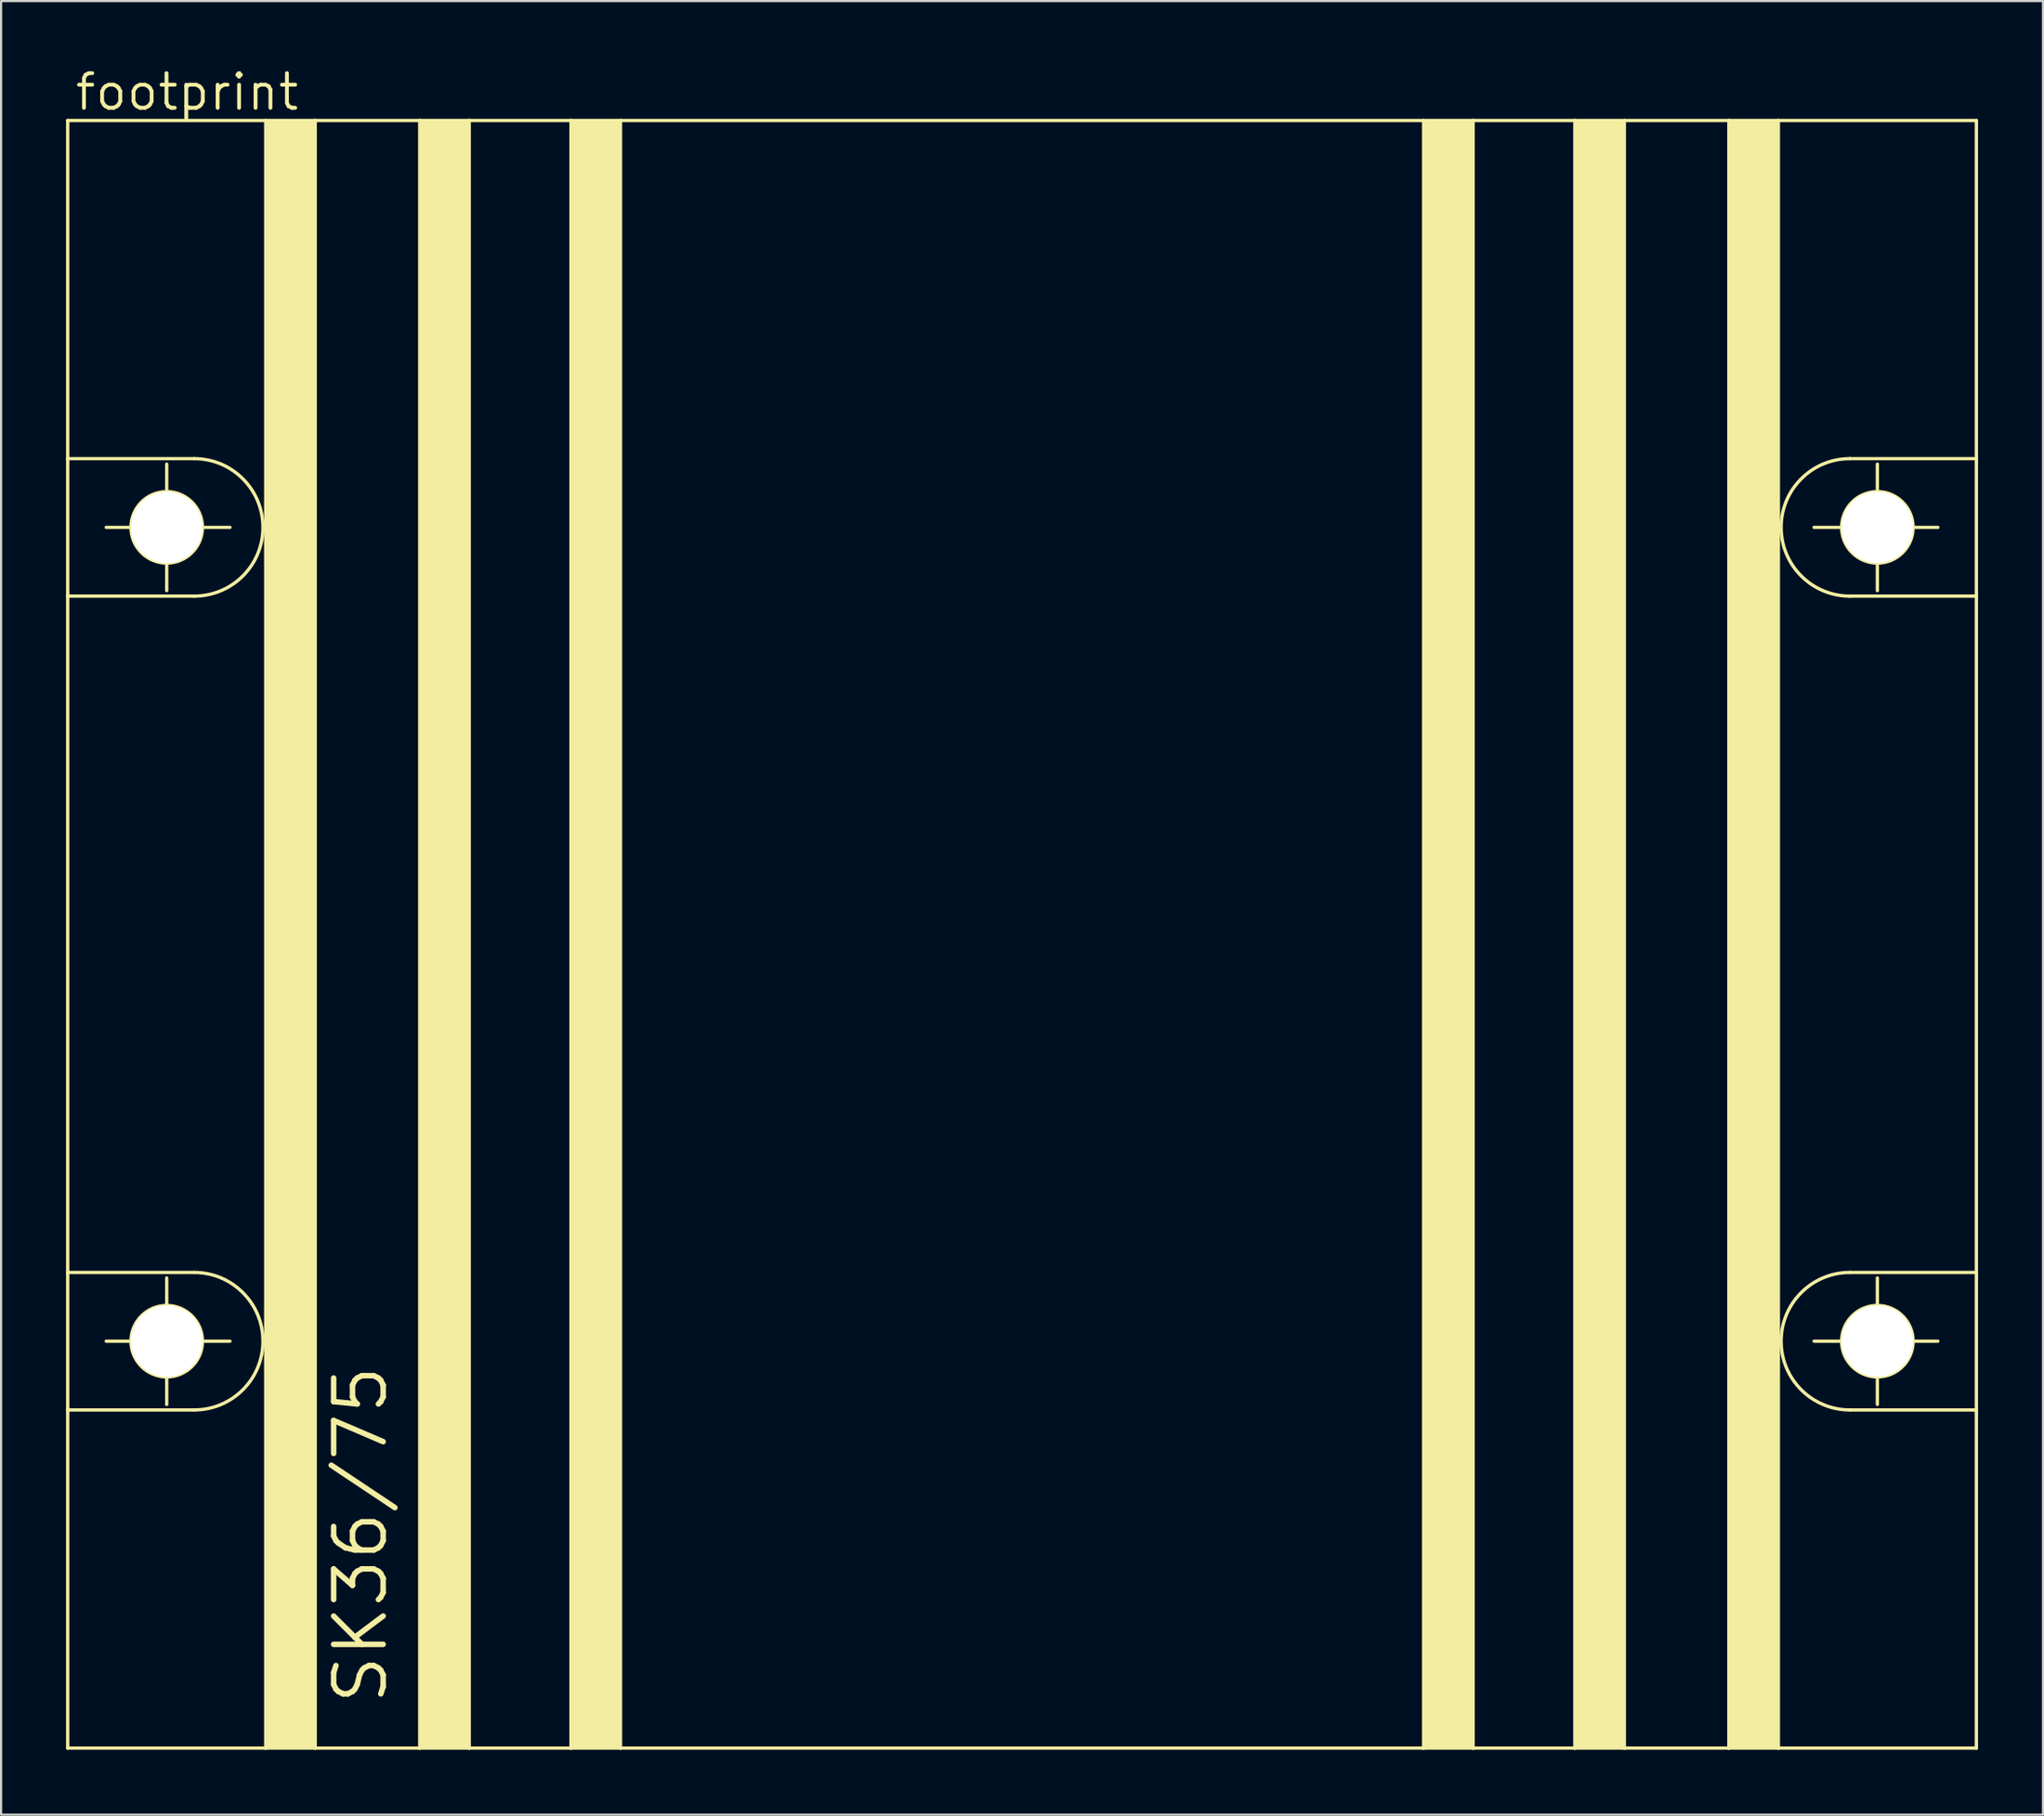
<source format=kicad_pcb>
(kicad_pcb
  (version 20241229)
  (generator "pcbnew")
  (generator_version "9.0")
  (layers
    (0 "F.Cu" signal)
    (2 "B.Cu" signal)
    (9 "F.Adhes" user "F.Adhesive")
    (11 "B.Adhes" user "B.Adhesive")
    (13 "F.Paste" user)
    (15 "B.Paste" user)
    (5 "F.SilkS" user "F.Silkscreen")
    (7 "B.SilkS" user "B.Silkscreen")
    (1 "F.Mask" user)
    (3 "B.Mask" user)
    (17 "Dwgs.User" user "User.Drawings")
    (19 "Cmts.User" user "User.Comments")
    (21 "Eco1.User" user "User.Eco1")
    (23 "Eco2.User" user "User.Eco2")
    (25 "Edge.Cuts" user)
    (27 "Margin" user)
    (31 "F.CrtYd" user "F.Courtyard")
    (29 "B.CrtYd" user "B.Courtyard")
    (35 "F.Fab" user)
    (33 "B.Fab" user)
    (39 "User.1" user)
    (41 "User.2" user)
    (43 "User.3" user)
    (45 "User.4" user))
  (footprint "footprint"
    (layer "F.Cu")
    (at 44.145 40.107)
    (property "Reference" "footprint" (at -43.815 -37.973 0) (layer "F.SilkS") (effects (font (size 1.6 1.6) (thickness 0.178)) (justify left bottom)))
    (fp_line (start -44.069 -37.592) (end -34.925 -37.592) (stroke (width 0.152) (type solid)) (layer "F.SilkS"))
    (fp_line (start -44.069 -21.971) (end -44.069 -37.592) (stroke (width 0.152) (type solid)) (layer "F.SilkS"))
    (fp_line (start -44.069 -21.971) (end -38.227 -21.971) (stroke (width 0.152) (type solid)) (layer "F.SilkS"))
    (fp_line (start -44.069 -15.621) (end -44.069 -21.971) (stroke (width 0.152) (type solid)) (layer "F.SilkS"))
    (fp_line (start -44.069 15.621) (end -44.069 -15.621) (stroke (width 0.152) (type solid)) (layer "F.SilkS"))
    (fp_line (start -44.069 15.621) (end -38.227 15.621) (stroke (width 0.152) (type solid)) (layer "F.SilkS"))
    (fp_line (start -44.069 21.971) (end -44.069 15.621) (stroke (width 0.152) (type solid)) (layer "F.SilkS"))
    (fp_line (start -44.069 37.592) (end -44.069 21.971) (stroke (width 0.152) (type solid)) (layer "F.SilkS"))
    (fp_line (start -42.291 -18.796) (end -36.576 -18.796) (stroke (width 0.152) (type solid)) (layer "F.SilkS"))
    (fp_line (start -42.291 18.796) (end -36.576 18.796) (stroke (width 0.152) (type solid)) (layer "F.SilkS"))
    (fp_line (start -39.497 -21.717) (end -39.497 -15.875) (stroke (width 0.152) (type solid)) (layer "F.SilkS"))
    (fp_line (start -39.497 15.875) (end -39.497 21.717) (stroke (width 0.152) (type solid)) (layer "F.SilkS"))
    (fp_line (start -38.227 -15.621) (end -44.069 -15.621) (stroke (width 0.152) (type solid)) (layer "F.SilkS"))
    (fp_line (start -38.227 21.971) (end -44.069 21.971) (stroke (width 0.152) (type solid)) (layer "F.SilkS"))
    (fp_line (start -34.925 -37.592) (end -32.639 -37.592) (stroke (width 0.152) (type solid)) (layer "F.SilkS"))
    (fp_line (start -34.925 37.592) (end -44.069 37.592) (stroke (width 0.152) (type solid)) (layer "F.SilkS"))
    (fp_line (start -34.925 37.592) (end -34.925 -37.592) (stroke (width 0.152) (type solid)) (layer "F.SilkS"))
    (fp_line (start -32.639 -37.592) (end -27.813 -37.592) (stroke (width 0.152) (type solid)) (layer "F.SilkS"))
    (fp_line (start -32.639 37.592) (end -34.925 37.592) (stroke (width 0.152) (type solid)) (layer "F.SilkS"))
    (fp_line (start -32.639 37.592) (end -32.639 -37.592) (stroke (width 0.152) (type solid)) (layer "F.SilkS"))
    (fp_line (start -27.813 -37.592) (end -25.527 -37.592) (stroke (width 0.152) (type solid)) (layer "F.SilkS"))
    (fp_line (start -27.813 37.592) (end -32.639 37.592) (stroke (width 0.152) (type solid)) (layer "F.SilkS"))
    (fp_line (start -27.813 37.592) (end -27.813 -37.592) (stroke (width 0.152) (type solid)) (layer "F.SilkS"))
    (fp_line (start -25.527 -37.592) (end -20.828 -37.592) (stroke (width 0.152) (type solid)) (layer "F.SilkS"))
    (fp_line (start -25.527 37.592) (end -27.813 37.592) (stroke (width 0.152) (type solid)) (layer "F.SilkS"))
    (fp_line (start -25.527 37.592) (end -25.527 -37.592) (stroke (width 0.152) (type solid)) (layer "F.SilkS"))
    (fp_line (start -20.828 -37.592) (end -18.542 -37.592) (stroke (width 0.152) (type solid)) (layer "F.SilkS"))
    (fp_line (start -20.828 37.592) (end -25.527 37.592) (stroke (width 0.152) (type solid)) (layer "F.SilkS"))
    (fp_line (start -20.828 37.592) (end -20.828 -37.592) (stroke (width 0.152) (type solid)) (layer "F.SilkS"))
    (fp_line (start -18.542 -37.592) (end 18.542 -37.592) (stroke (width 0.152) (type solid)) (layer "F.SilkS"))
    (fp_line (start -18.542 37.592) (end -20.828 37.592) (stroke (width 0.152) (type solid)) (layer "F.SilkS"))
    (fp_line (start -18.542 37.592) (end -18.542 -37.592) (stroke (width 0.152) (type solid)) (layer "F.SilkS"))
    (fp_line (start 18.542 -37.592) (end 18.542 37.592) (stroke (width 0.152) (type solid)) (layer "F.SilkS"))
    (fp_line (start 18.542 -37.592) (end 20.828 -37.592) (stroke (width 0.152) (type solid)) (layer "F.SilkS"))
    (fp_line (start 18.542 37.592) (end -18.542 37.592) (stroke (width 0.152) (type solid)) (layer "F.SilkS"))
    (fp_line (start 20.828 -37.592) (end 20.828 37.592) (stroke (width 0.152) (type solid)) (layer "F.SilkS"))
    (fp_line (start 20.828 -37.592) (end 25.527 -37.592) (stroke (width 0.152) (type solid)) (layer "F.SilkS"))
    (fp_line (start 20.828 37.592) (end 18.542 37.592) (stroke (width 0.152) (type solid)) (layer "F.SilkS"))
    (fp_line (start 25.527 -37.592) (end 25.527 37.592) (stroke (width 0.152) (type solid)) (layer "F.SilkS"))
    (fp_line (start 25.527 -37.592) (end 27.813 -37.592) (stroke (width 0.152) (type solid)) (layer "F.SilkS"))
    (fp_line (start 25.527 37.592) (end 20.828 37.592) (stroke (width 0.152) (type solid)) (layer "F.SilkS"))
    (fp_line (start 27.813 -37.592) (end 27.813 37.592) (stroke (width 0.152) (type solid)) (layer "F.SilkS"))
    (fp_line (start 27.813 -37.592) (end 32.639 -37.592) (stroke (width 0.152) (type solid)) (layer "F.SilkS"))
    (fp_line (start 27.813 37.592) (end 25.527 37.592) (stroke (width 0.152) (type solid)) (layer "F.SilkS"))
    (fp_line (start 32.639 -37.592) (end 32.639 37.592) (stroke (width 0.152) (type solid)) (layer "F.SilkS"))
    (fp_line (start 32.639 -37.592) (end 34.925 -37.592) (stroke (width 0.152) (type solid)) (layer "F.SilkS"))
    (fp_line (start 32.639 37.592) (end 27.813 37.592) (stroke (width 0.152) (type solid)) (layer "F.SilkS"))
    (fp_line (start 34.925 -37.592) (end 34.925 37.592) (stroke (width 0.152) (type solid)) (layer "F.SilkS"))
    (fp_line (start 34.925 -37.592) (end 44.069 -37.592) (stroke (width 0.152) (type solid)) (layer "F.SilkS"))
    (fp_line (start 34.925 37.592) (end 32.639 37.592) (stroke (width 0.152) (type solid)) (layer "F.SilkS"))
    (fp_line (start 38.227 -21.971) (end 44.069 -21.971) (stroke (width 0.152) (type solid)) (layer "F.SilkS"))
    (fp_line (start 38.227 15.621) (end 44.069 15.621) (stroke (width 0.152) (type solid)) (layer "F.SilkS"))
    (fp_line (start 39.497 -15.875) (end 39.497 -21.717) (stroke (width 0.152) (type solid)) (layer "F.SilkS"))
    (fp_line (start 39.497 21.717) (end 39.497 15.875) (stroke (width 0.152) (type solid)) (layer "F.SilkS"))
    (fp_line (start 42.291 -18.796) (end 36.576 -18.796) (stroke (width 0.152) (type solid)) (layer "F.SilkS"))
    (fp_line (start 42.291 18.796) (end 36.576 18.796) (stroke (width 0.152) (type solid)) (layer "F.SilkS"))
    (fp_line (start 44.069 -37.592) (end 44.069 -21.971) (stroke (width 0.152) (type solid)) (layer "F.SilkS"))
    (fp_line (start 44.069 -21.971) (end 44.069 -15.621) (stroke (width 0.152) (type solid)) (layer "F.SilkS"))
    (fp_line (start 44.069 -15.621) (end 38.227 -15.621) (stroke (width 0.152) (type solid)) (layer "F.SilkS"))
    (fp_line (start 44.069 -15.621) (end 44.069 15.621) (stroke (width 0.152) (type solid)) (layer "F.SilkS"))
    (fp_line (start 44.069 15.621) (end 44.069 21.971) (stroke (width 0.152) (type solid)) (layer "F.SilkS"))
    (fp_line (start 44.069 21.971) (end 38.227 21.971) (stroke (width 0.152) (type solid)) (layer "F.SilkS"))
    (fp_line (start 44.069 21.971) (end 44.069 37.592) (stroke (width 0.152) (type solid)) (layer "F.SilkS"))
    (fp_line (start 44.069 37.592) (end 34.925 37.592) (stroke (width 0.152) (type solid)) (layer "F.SilkS"))
    (fp_arc (start -38.227 -21.971) (mid -35.052 -18.796) (end -38.227 -15.621) (stroke (width 0.1524) (type solid)) (layer "F.SilkS"))
    (fp_arc (start -38.227 15.621) (mid -35.052 18.796) (end -38.227 21.971) (stroke (width 0.1524) (type solid)) (layer "F.SilkS"))
    (fp_arc (start 38.227 -15.621) (mid 35.052 -18.796) (end 38.227 -21.971) (stroke (width 0.1524) (type solid)) (layer "F.SilkS"))
    (fp_arc (start 38.227 21.971) (mid 35.052 18.796) (end 38.227 15.621) (stroke (width 0.1524) (type solid)) (layer "F.SilkS"))
    (fp_circle (center -39.497 -18.796) (end -37.846 -18.796) (stroke (width 0.152) (type solid)) (fill no) (layer "F.SilkS"))
    (fp_circle (center -39.497 18.796) (end -37.846 18.796) (stroke (width 0.152) (type solid)) (fill no) (layer "F.SilkS"))
    (fp_circle (center 39.497 -18.796) (end 41.148 -18.796) (stroke (width 0.152) (type solid)) (fill no) (layer "F.SilkS"))
    (fp_circle (center 39.497 18.796) (end 41.148 18.796) (stroke (width 0.152) (type solid)) (fill no) (layer "F.SilkS"))
    (fp_poly (pts (xy -34.925 37.592) (xy -32.639 37.592) (xy -32.639 -37.592) (xy -34.925 -37.592)) (stroke (width 0) (type solid)) (fill yes) (layer "F.SilkS"))
    (fp_poly (pts (xy -27.813 37.592) (xy -25.527 37.592) (xy -25.527 -37.592) (xy -27.813 -37.592)) (stroke (width 0) (type solid)) (fill yes) (layer "F.SilkS"))
    (fp_poly (pts (xy -20.828 37.592) (xy -18.542 37.592) (xy -18.542 -37.592) (xy -20.828 -37.592)) (stroke (width 0) (type solid)) (fill yes) (layer "F.SilkS"))
    (fp_poly (pts (xy 18.542 37.592) (xy 20.828 37.592) (xy 20.828 -37.592) (xy 18.542 -37.592)) (stroke (width 0) (type solid)) (fill yes) (layer "F.SilkS"))
    (fp_poly (pts (xy 25.527 37.592) (xy 27.813 37.592) (xy 27.813 -37.592) (xy 25.527 -37.592)) (stroke (width 0) (type solid)) (fill yes) (layer "F.SilkS"))
    (fp_poly (pts (xy 32.639 37.592) (xy 34.925 37.592) (xy 34.925 -37.592) (xy 32.639 -37.592)) (stroke (width 0) (type solid)) (fill yes) (layer "F.SilkS"))
    (fp_text user "SK36/75" (at -29.21 35.687 90) (layer "F.SilkS") (effects (font (size 2.286 2.286) (thickness 0.254)) (justify left bottom)))
    (pad "" np_thru_hole circle (at -39.497 -18.796) (size 3.302 3.302) (drill 3.302) (layers "*.Cu" "*.Mask"))
    (pad "" np_thru_hole circle (at -39.497 18.796) (size 3.302 3.302) (drill 3.302) (layers "*.Cu" "*.Mask"))
    (pad "" np_thru_hole circle (at 39.497 -18.796) (size 3.302 3.302) (drill 3.302) (layers "*.Cu" "*.Mask"))
    (pad "" np_thru_hole circle (at 39.497 18.796) (size 3.302 3.302) (drill 3.302) (layers "*.Cu" "*.Mask"))
    (zone (net_name "") (layer "B.Cu") (hatch edge 0.508) (connect_pads) (min_thickness 0.254) (filled_areas_thickness no) (keepout (tracks not_allowed) (vias not_allowed) (pads not_allowed) (copperpour not_allowed) (footprints allowed)) (placement (enabled no)) (fill) (polygon (pts (xy 8.839 21.311) (xy 8.776 20.583) (xy 8.586 19.877) (xy 8.278 19.215) (xy 7.859 18.617) (xy 7.342 18.1) (xy 6.744 17.681) (xy 6.082 17.372) (xy 5.376 17.183) (xy 4.648 17.12) (xy 3.92 17.183) (xy 3.215 17.372) (xy 2.553 17.681) (xy 1.954 18.1) (xy 1.438 18.617) (xy 1.019 19.215) (xy 0.71 19.877) (xy 0.521 20.583) (xy 0.457 21.311) (xy 0.521 22.038) (xy 0.71 22.744) (xy 1.019 23.406) (xy 1.438 24.005) (xy 1.954 24.521) (xy 2.553 24.94) (xy 3.215 25.249) (xy 3.92 25.438) (xy 4.648 25.502) (xy 5.376 25.438) (xy 6.082 25.249) (xy 6.744 24.94) (xy 7.342 24.521) (xy 7.859 24.005) (xy 8.278 23.406) (xy 8.586 22.744) (xy 8.776 22.038))) (polygon (pts (xy 6.299 21.311) (xy 6.274 21.024) (xy 6.2 20.746) (xy 6.078 20.485) (xy 5.913 20.249) (xy 5.709 20.046) (xy 5.474 19.881) (xy 5.213 19.759) (xy 4.935 19.685) (xy 4.648 19.66) (xy 4.362 19.685) (xy 4.084 19.759) (xy 3.823 19.881) (xy 3.587 20.046) (xy 3.383 20.249) (xy 3.218 20.485) (xy 3.097 20.746) (xy 3.022 21.024) (xy 2.997 21.311) (xy 3.022 21.597) (xy 3.097 21.875) (xy 3.218 22.136) (xy 3.383 22.372) (xy 3.587 22.575) (xy 3.823 22.74) (xy 4.084 22.862) (xy 4.362 22.937) (xy 4.648 22.962) (xy 4.935 22.937) (xy 5.213 22.862) (xy 5.474 22.74) (xy 5.709 22.575) (xy 5.913 22.372) (xy 6.078 22.136) (xy 6.2 21.875) (xy 6.274 21.597))))
    (zone (net_name "") (layer "B.Cu") (hatch edge 0.508) (connect_pads) (min_thickness 0.254) (filled_areas_thickness no) (keepout (tracks not_allowed) (vias not_allowed) (pads not_allowed) (copperpour not_allowed) (footprints allowed)) (placement (enabled no)) (fill) (polygon (pts (xy 8.839 58.903) (xy 8.776 58.175) (xy 8.586 57.469) (xy 8.278 56.807) (xy 7.859 56.209) (xy 7.342 55.692) (xy 6.744 55.273) (xy 6.082 54.964) (xy 5.376 54.775) (xy 4.648 54.712) (xy 3.92 54.775) (xy 3.215 54.964) (xy 2.553 55.273) (xy 1.954 55.692) (xy 1.438 56.209) (xy 1.019 56.807) (xy 0.71 57.469) (xy 0.521 58.175) (xy 0.457 58.903) (xy 0.521 59.63) (xy 0.71 60.336) (xy 1.019 60.998) (xy 1.438 61.597) (xy 1.954 62.113) (xy 2.553 62.532) (xy 3.215 62.841) (xy 3.92 63.03) (xy 4.648 63.094) (xy 5.376 63.03) (xy 6.082 62.841) (xy 6.744 62.532) (xy 7.342 62.113) (xy 7.859 61.597) (xy 8.278 60.998) (xy 8.586 60.336) (xy 8.776 59.63))) (polygon (pts (xy 6.299 58.903) (xy 6.274 58.616) (xy 6.2 58.338) (xy 6.078 58.077) (xy 5.913 57.841) (xy 5.709 57.638) (xy 5.474 57.473) (xy 5.213 57.351) (xy 4.935 57.277) (xy 4.648 57.252) (xy 4.362 57.277) (xy 4.084 57.351) (xy 3.823 57.473) (xy 3.587 57.638) (xy 3.383 57.841) (xy 3.218 58.077) (xy 3.097 58.338) (xy 3.022 58.616) (xy 2.997 58.903) (xy 3.022 59.189) (xy 3.097 59.467) (xy 3.218 59.728) (xy 3.383 59.964) (xy 3.587 60.167) (xy 3.823 60.332) (xy 4.084 60.454) (xy 4.362 60.529) (xy 4.648 60.554) (xy 4.935 60.529) (xy 5.213 60.454) (xy 5.474 60.332) (xy 5.709 60.167) (xy 5.913 59.964) (xy 6.078 59.728) (xy 6.2 59.467) (xy 6.274 59.189))))
    (zone (net_name "") (layer "B.Cu") (hatch edge 0.508) (connect_pads) (min_thickness 0.254) (filled_areas_thickness no) (keepout (tracks not_allowed) (vias not_allowed) (pads not_allowed) (copperpour not_allowed) (footprints allowed)) (placement (enabled no)) (fill) (polygon (pts (xy 87.833 21.311) (xy 87.77 20.583) (xy 87.58 19.877) (xy 87.272 19.215) (xy 86.853 18.617) (xy 86.336 18.1) (xy 85.738 17.681) (xy 85.076 17.372) (xy 84.37 17.183) (xy 83.642 17.12) (xy 82.914 17.183) (xy 82.209 17.372) (xy 81.547 17.681) (xy 80.948 18.1) (xy 80.432 18.617) (xy 80.013 19.215) (xy 79.704 19.877) (xy 79.515 20.583) (xy 79.451 21.311) (xy 79.515 22.038) (xy 79.704 22.744) (xy 80.013 23.406) (xy 80.432 24.005) (xy 80.948 24.521) (xy 81.547 24.94) (xy 82.209 25.249) (xy 82.914 25.438) (xy 83.642 25.502) (xy 84.37 25.438) (xy 85.076 25.249) (xy 85.738 24.94) (xy 86.336 24.521) (xy 86.853 24.005) (xy 87.272 23.406) (xy 87.58 22.744) (xy 87.77 22.038))) (polygon (pts (xy 85.293 21.311) (xy 85.268 21.024) (xy 85.194 20.746) (xy 85.072 20.485) (xy 84.907 20.249) (xy 84.703 20.046) (xy 84.468 19.881) (xy 84.207 19.759) (xy 83.929 19.685) (xy 83.642 19.66) (xy 83.356 19.685) (xy 83.078 19.759) (xy 82.817 19.881) (xy 82.581 20.046) (xy 82.377 20.249) (xy 82.212 20.485) (xy 82.091 20.746) (xy 82.016 21.024) (xy 81.991 21.311) (xy 82.016 21.597) (xy 82.091 21.875) (xy 82.212 22.136) (xy 82.377 22.372) (xy 82.581 22.575) (xy 82.817 22.74) (xy 83.078 22.862) (xy 83.356 22.937) (xy 83.642 22.962) (xy 83.929 22.937) (xy 84.207 22.862) (xy 84.468 22.74) (xy 84.703 22.575) (xy 84.907 22.372) (xy 85.072 22.136) (xy 85.194 21.875) (xy 85.268 21.597))))
    (zone (net_name "") (layer "B.Cu") (hatch edge 0.508) (connect_pads) (min_thickness 0.254) (filled_areas_thickness no) (keepout (tracks not_allowed) (vias not_allowed) (pads not_allowed) (copperpour not_allowed) (footprints allowed)) (placement (enabled no)) (fill) (polygon (pts (xy 87.833 58.903) (xy 87.77 58.175) (xy 87.58 57.469) (xy 87.272 56.807) (xy 86.853 56.209) (xy 86.336 55.692) (xy 85.738 55.273) (xy 85.076 54.964) (xy 84.37 54.775) (xy 83.642 54.712) (xy 82.914 54.775) (xy 82.209 54.964) (xy 81.547 55.273) (xy 80.948 55.692) (xy 80.432 56.209) (xy 80.013 56.807) (xy 79.704 57.469) (xy 79.515 58.175) (xy 79.451 58.903) (xy 79.515 59.63) (xy 79.704 60.336) (xy 80.013 60.998) (xy 80.432 61.597) (xy 80.948 62.113) (xy 81.547 62.532) (xy 82.209 62.841) (xy 82.914 63.03) (xy 83.642 63.094) (xy 84.37 63.03) (xy 85.076 62.841) (xy 85.738 62.532) (xy 86.336 62.113) (xy 86.853 61.597) (xy 87.272 60.998) (xy 87.58 60.336) (xy 87.77 59.63))) (polygon (pts (xy 85.293 58.903) (xy 85.268 58.616) (xy 85.194 58.338) (xy 85.072 58.077) (xy 84.907 57.841) (xy 84.703 57.638) (xy 84.468 57.473) (xy 84.207 57.351) (xy 83.929 57.277) (xy 83.642 57.252) (xy 83.356 57.277) (xy 83.078 57.351) (xy 82.817 57.473) (xy 82.581 57.638) (xy 82.377 57.841) (xy 82.212 58.077) (xy 82.091 58.338) (xy 82.016 58.616) (xy 81.991 58.903) (xy 82.016 59.189) (xy 82.091 59.467) (xy 82.212 59.728) (xy 82.377 59.964) (xy 82.581 60.167) (xy 82.817 60.332) (xy 83.078 60.454) (xy 83.356 60.529) (xy 83.642 60.554) (xy 83.929 60.529) (xy 84.207 60.454) (xy 84.468 60.332) (xy 84.703 60.167) (xy 84.907 59.964) (xy 85.072 59.728) (xy 85.194 59.467) (xy 85.268 59.189)))))
  (gr_rect
    (start -3 -3)
    (end 91.29 80.775)
    (stroke (width 0.1) (type default))
    (fill no)
    (layer "Edge.Cuts")))
</source>
